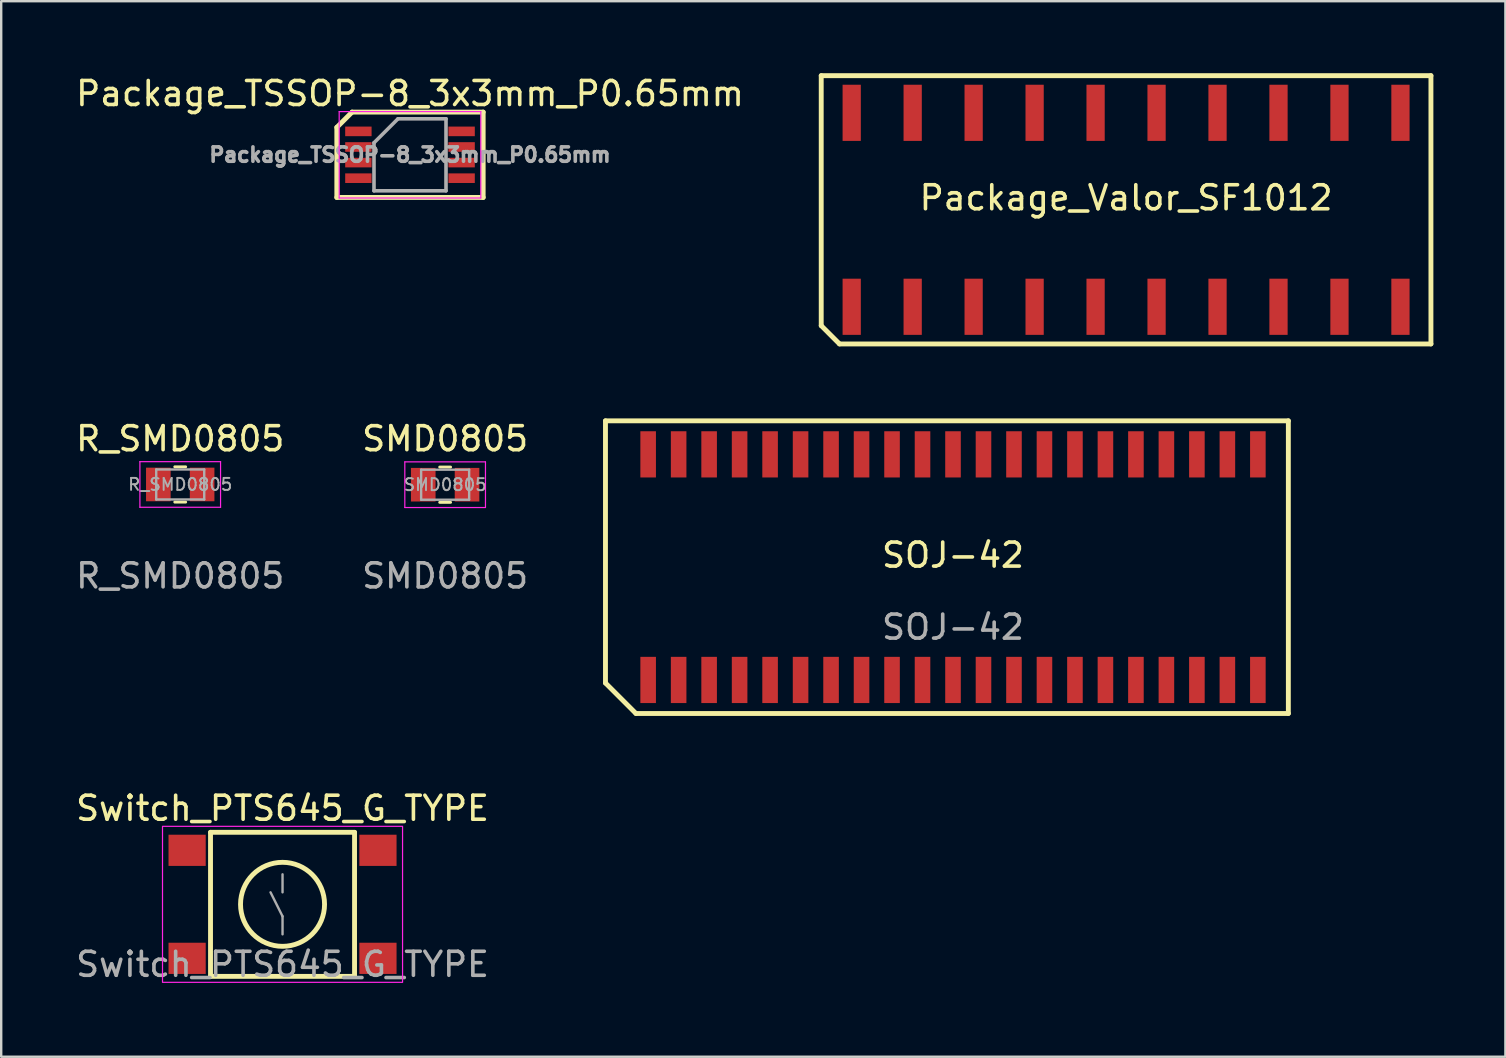
<source format=kicad_pcb>
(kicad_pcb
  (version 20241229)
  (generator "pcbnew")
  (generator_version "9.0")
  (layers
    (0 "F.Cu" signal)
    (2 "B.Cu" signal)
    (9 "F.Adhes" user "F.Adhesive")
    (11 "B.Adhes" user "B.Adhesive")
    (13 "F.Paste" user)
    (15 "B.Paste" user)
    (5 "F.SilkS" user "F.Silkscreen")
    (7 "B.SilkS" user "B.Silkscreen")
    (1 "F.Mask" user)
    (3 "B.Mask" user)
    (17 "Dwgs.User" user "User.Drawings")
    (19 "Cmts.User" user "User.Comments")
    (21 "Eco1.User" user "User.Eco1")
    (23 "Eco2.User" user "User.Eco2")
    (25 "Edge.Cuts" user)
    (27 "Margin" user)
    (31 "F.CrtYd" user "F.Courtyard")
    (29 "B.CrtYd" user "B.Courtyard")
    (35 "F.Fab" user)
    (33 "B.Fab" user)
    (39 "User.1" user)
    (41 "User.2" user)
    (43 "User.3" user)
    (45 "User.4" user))
  (footprint "Switch_PTS645_G_TYPE"
    (layer "F.Cu")
    (at 8.72 34.623)
    (property "Reference" "Switch_PTS645_G_TYPE" (at 0 -4 0) (unlocked yes) (layer "F.SilkS") (effects (font (size 1 1) (thickness 0.15))))
    (attr smd)
    (fp_line (start -3 -3) (end 3 -3) (stroke (width 0.203) (type solid)) (layer "F.SilkS"))
    (fp_line (start -3 3) (end -3 -3) (stroke (width 0.203) (type solid)) (layer "F.SilkS"))
    (fp_line (start 3 -3) (end 3 3) (stroke (width 0.203) (type solid)) (layer "F.SilkS"))
    (fp_line (start 3 3) (end -3 3) (stroke (width 0.203) (type solid)) (layer "F.SilkS"))
    (fp_circle (center 0 0) (end 1.75 0) (stroke (width 0.203) (type solid)) (fill no) (layer "F.SilkS"))
    (fp_rect (start -5 -3.25) (end 5 3.25) (stroke (width 0.05) (type solid)) (fill no) (layer "F.CrtYd"))
    (fp_line (start 0 -0.5) (end 0 -1.25) (stroke (width 0.1) (type solid)) (layer "F.Fab"))
    (fp_line (start 0 0.5) (end -0.5 -0.5) (stroke (width 0.1) (type solid)) (layer "F.Fab"))
    (fp_line (start 0 1.25) (end 0 0.5) (stroke (width 0.1) (type solid)) (layer "F.Fab"))
    (fp_text user "${REFERENCE}" (at 0 2.5 0) (unlocked yes) (layer "F.Fab") (effects (font (size 1 1) (thickness 0.15))))
    (pad "1" smd rect (at -3.975 -2.25) (size 1.55 1.3) (layers "F.Cu" "F.Mask" "F.Paste"))
    (pad "1" smd rect (at 3.975 -2.25) (size 1.55 1.3) (layers "F.Cu" "F.Mask" "F.Paste"))
    (pad "2" smd rect (at -3.975 2.25) (size 1.55 1.3) (layers "F.Cu" "F.Mask" "F.Paste"))
    (pad "2" smd rect (at 3.975 2.25) (size 1.55 1.3) (layers "F.Cu" "F.Mask" "F.Paste")))
  (footprint "SMD0805"
    (layer "F.Cu")
    (at 15.494 17.132)
    (property "Reference" "SMD0805" (at 0 -1.905 0) (unlocked yes) (layer "F.SilkS") (effects (font (size 1 1) (thickness 0.15))))
    (attr smd)
    (fp_line (start -0.227 -0.725) (end 0.227 -0.725) (stroke (width 0.12) (type solid)) (layer "F.SilkS"))
    (fp_line (start -0.227 0.745) (end 0.227 0.745) (stroke (width 0.12) (type solid)) (layer "F.SilkS"))
    (fp_line (start -1.68 -0.94) (end 1.68 -0.94) (stroke (width 0.05) (type solid)) (layer "F.CrtYd"))
    (fp_line (start -1.68 0.96) (end -1.68 -0.94) (stroke (width 0.05) (type solid)) (layer "F.CrtYd"))
    (fp_line (start 1.68 -0.94) (end 1.68 0.96) (stroke (width 0.05) (type solid)) (layer "F.CrtYd"))
    (fp_line (start 1.68 0.96) (end -1.68 0.96) (stroke (width 0.05) (type solid)) (layer "F.CrtYd"))
    (fp_line (start -1 -0.615) (end 1 -0.615) (stroke (width 0.1) (type solid)) (layer "F.Fab"))
    (fp_line (start -1 0.635) (end -1 -0.615) (stroke (width 0.1) (type solid)) (layer "F.Fab"))
    (fp_line (start 1 -0.615) (end 1 0.635) (stroke (width 0.1) (type solid)) (layer "F.Fab"))
    (fp_line (start 1 0.635) (end -1 0.635) (stroke (width 0.1) (type solid)) (layer "F.Fab"))
    (fp_text user "${REFERENCE}" (at 0 0.01 0) (layer "F.Fab") (effects (font (size 0.5 0.5) (thickness 0.08))))
    (fp_text user "${REFERENCE}" (at 0 3.81 0) (unlocked yes) (layer "F.Fab") (effects (font (size 1 1) (thickness 0.15))))
    (pad "1" smd rect (at -0.912 0.01) (size 1.025 1.4) (layers "F.Cu" "F.Mask" "F.Paste"))
    (pad "2" smd rect (at 0.912 0.01) (size 1.025 1.4) (layers "F.Cu" "F.Mask" "F.Paste")))
  (footprint "SOJ-42"
    (layer "F.Cu")
    (at 36.651 20.577)
    (property "Reference" "SOJ-42" (at 0 -0.5 0) (unlocked yes) (layer "F.SilkS") (effects (font (size 1 1) (thickness 0.15))))
    (attr smd)
    (fp_line (start -14.478 -6.096) (end -14.478 4.826) (stroke (width 0.203) (type solid)) (layer "F.SilkS"))
    (fp_line (start -14.478 4.826) (end -13.208 6.096) (stroke (width 0.203) (type solid)) (layer "F.SilkS"))
    (fp_line (start -13.208 6.096) (end 13.97 6.096) (stroke (width 0.203) (type solid)) (layer "F.SilkS"))
    (fp_line (start 13.97 -6.096) (end -14.478 -6.096) (stroke (width 0.203) (type solid)) (layer "F.SilkS"))
    (fp_line (start 13.97 6.096) (end 13.97 -6.096) (stroke (width 0.203) (type solid)) (layer "F.SilkS"))
    (fp_text user "${REFERENCE}" (at 0 2.5 0) (unlocked yes) (layer "F.Fab") (effects (font (size 1 1) (thickness 0.15))))
    (pad "1" smd rect (at -12.7 4.699) (size 0.649 1.925) (layers "F.Cu" "F.Mask" "F.Paste"))
    (pad "2" smd rect (at -11.43 4.699) (size 0.649 1.925) (layers "F.Cu" "F.Mask" "F.Paste"))
    (pad "3" smd rect (at -10.16 4.699) (size 0.649 1.925) (layers "F.Cu" "F.Mask" "F.Paste"))
    (pad "4" smd rect (at -8.89 4.699) (size 0.649 1.925) (layers "F.Cu" "F.Mask" "F.Paste"))
    (pad "5" smd rect (at -7.62 4.699) (size 0.649 1.925) (layers "F.Cu" "F.Mask" "F.Paste"))
    (pad "6" smd rect (at -6.35 4.699) (size 0.649 1.925) (layers "F.Cu" "F.Mask" "F.Paste"))
    (pad "7" smd rect (at -5.08 4.699) (size 0.649 1.925) (layers "F.Cu" "F.Mask" "F.Paste"))
    (pad "8" smd rect (at -3.81 4.699) (size 0.649 1.925) (layers "F.Cu" "F.Mask" "F.Paste"))
    (pad "9" smd rect (at -2.54 4.699) (size 0.649 1.925) (layers "F.Cu" "F.Mask" "F.Paste"))
    (pad "10" smd rect (at -1.27 4.699) (size 0.649 1.925) (layers "F.Cu" "F.Mask" "F.Paste"))
    (pad "11" smd rect (at 0 4.699) (size 0.649 1.925) (layers "F.Cu" "F.Mask" "F.Paste"))
    (pad "12" smd rect (at 1.27 4.699) (size 0.649 1.925) (layers "F.Cu" "F.Mask" "F.Paste"))
    (pad "13" smd rect (at 2.54 4.699) (size 0.649 1.925) (layers "F.Cu" "F.Mask" "F.Paste"))
    (pad "14" smd rect (at 3.81 4.699) (size 0.649 1.925) (layers "F.Cu" "F.Mask" "F.Paste"))
    (pad "15" smd rect (at 5.08 4.699) (size 0.649 1.925) (layers "F.Cu" "F.Mask" "F.Paste"))
    (pad "16" smd rect (at 6.35 4.699) (size 0.649 1.925) (layers "F.Cu" "F.Mask" "F.Paste"))
    (pad "17" smd rect (at 7.62 4.699) (size 0.649 1.925) (layers "F.Cu" "F.Mask" "F.Paste"))
    (pad "18" smd rect (at 8.89 4.699) (size 0.649 1.925) (layers "F.Cu" "F.Mask" "F.Paste"))
    (pad "19" smd rect (at 10.16 4.699) (size 0.649 1.925) (layers "F.Cu" "F.Mask" "F.Paste"))
    (pad "20" smd rect (at 11.43 4.699) (size 0.649 1.925) (layers "F.Cu" "F.Mask" "F.Paste"))
    (pad "21" smd rect (at 12.7 4.699) (size 0.649 1.925) (layers "F.Cu" "F.Mask" "F.Paste"))
    (pad "22" smd rect (at 12.7 -4.699) (size 0.649 1.925) (layers "F.Cu" "F.Mask" "F.Paste"))
    (pad "23" smd rect (at 11.43 -4.699) (size 0.649 1.925) (layers "F.Cu" "F.Mask" "F.Paste"))
    (pad "24" smd rect (at 10.16 -4.699) (size 0.649 1.925) (layers "F.Cu" "F.Mask" "F.Paste"))
    (pad "25" smd rect (at 8.89 -4.699) (size 0.649 1.925) (layers "F.Cu" "F.Mask" "F.Paste"))
    (pad "26" smd rect (at 7.62 -4.699) (size 0.649 1.925) (layers "F.Cu" "F.Mask" "F.Paste"))
    (pad "27" smd rect (at 6.35 -4.699) (size 0.649 1.925) (layers "F.Cu" "F.Mask" "F.Paste"))
    (pad "28" smd rect (at 5.08 -4.699) (size 0.649 1.925) (layers "F.Cu" "F.Mask" "F.Paste"))
    (pad "29" smd rect (at 3.81 -4.699) (size 0.649 1.925) (layers "F.Cu" "F.Mask" "F.Paste"))
    (pad "30" smd rect (at 2.54 -4.699) (size 0.649 1.925) (layers "F.Cu" "F.Mask" "F.Paste"))
    (pad "31" smd rect (at 1.27 -4.699) (size 0.649 1.925) (layers "F.Cu" "F.Mask" "F.Paste"))
    (pad "32" smd rect (at 0 -4.699) (size 0.649 1.925) (layers "F.Cu" "F.Mask" "F.Paste"))
    (pad "33" smd rect (at -1.27 -4.699) (size 0.649 1.925) (layers "F.Cu" "F.Mask" "F.Paste"))
    (pad "34" smd rect (at -2.54 -4.699) (size 0.649 1.925) (layers "F.Cu" "F.Mask" "F.Paste"))
    (pad "35" smd rect (at -3.81 -4.699) (size 0.649 1.925) (layers "F.Cu" "F.Mask" "F.Paste"))
    (pad "36" smd rect (at -5.08 -4.699) (size 0.649 1.925) (layers "F.Cu" "F.Mask" "F.Paste"))
    (pad "37" smd rect (at -6.35 -4.699) (size 0.649 1.925) (layers "F.Cu" "F.Mask" "F.Paste"))
    (pad "38" smd rect (at -7.62 -4.699) (size 0.649 1.925) (layers "F.Cu" "F.Mask" "F.Paste"))
    (pad "39" smd rect (at -8.89 -4.699) (size 0.649 1.925) (layers "F.Cu" "F.Mask" "F.Paste"))
    (pad "40" smd rect (at -10.16 -4.699) (size 0.649 1.925) (layers "F.Cu" "F.Mask" "F.Paste"))
    (pad "41" smd rect (at -11.43 -4.699) (size 0.649 1.925) (layers "F.Cu" "F.Mask" "F.Paste"))
    (pad "42" smd rect (at -12.7 -4.699) (size 0.649 1.925) (layers "F.Cu" "F.Mask" "F.Paste")))
  (footprint "Package_Valor_SF1012"
    (layer "F.Cu")
    (at 43.861 5.69)
    (property "Reference" "Package_Valor_SF1012" (at 0 -0.5 0) (unlocked yes) (layer "F.SilkS") (effects (font (size 1 1) (thickness 0.15))))
    (attr smd)
    (fp_line (start -12.7 -5.588) (end 12.7 -5.588) (stroke (width 0.203) (type solid)) (layer "F.SilkS"))
    (fp_line (start -12.7 4.826) (end -12.7 -5.588) (stroke (width 0.203) (type solid)) (layer "F.SilkS"))
    (fp_line (start -11.938 5.588) (end -12.7 4.826) (stroke (width 0.203) (type solid)) (layer "F.SilkS"))
    (fp_line (start 12.7 -5.588) (end 12.7 5.588) (stroke (width 0.203) (type solid)) (layer "F.SilkS"))
    (fp_line (start 12.7 5.588) (end -11.938 5.588) (stroke (width 0.203) (type solid)) (layer "F.SilkS"))
    (pad "1" smd rect (at -11.43 4.04 180) (size 0.76 2.34) (layers "F.Cu" "F.Mask" "F.Paste"))
    (pad "2" smd rect (at -8.89 4.04 180) (size 0.76 2.34) (layers "F.Cu" "F.Mask" "F.Paste"))
    (pad "3" smd rect (at -6.35 4.04 180) (size 0.76 2.34) (layers "F.Cu" "F.Mask" "F.Paste"))
    (pad "4" smd rect (at -3.81 4.04 180) (size 0.76 2.34) (layers "F.Cu" "F.Mask" "F.Paste"))
    (pad "5" smd rect (at -1.27 4.04 180) (size 0.76 2.34) (layers "F.Cu" "F.Mask" "F.Paste"))
    (pad "6" smd rect (at 1.27 4.04 180) (size 0.76 2.34) (layers "F.Cu" "F.Mask" "F.Paste"))
    (pad "7" smd rect (at 3.81 4.04 180) (size 0.76 2.34) (layers "F.Cu" "F.Mask" "F.Paste"))
    (pad "8" smd rect (at 6.35 4.04 180) (size 0.76 2.34) (layers "F.Cu" "F.Mask" "F.Paste"))
    (pad "9" smd rect (at 8.89 4.04 180) (size 0.76 2.34) (layers "F.Cu" "F.Mask" "F.Paste"))
    (pad "10" smd rect (at 11.43 4.04 180) (size 0.76 2.34) (layers "F.Cu" "F.Mask" "F.Paste"))
    (pad "11" smd rect (at 11.43 -4.04 180) (size 0.76 2.34) (layers "F.Cu" "F.Mask" "F.Paste"))
    (pad "12" smd rect (at 8.89 -4.04 180) (size 0.76 2.34) (layers "F.Cu" "F.Mask" "F.Paste"))
    (pad "13" smd rect (at 6.35 -4.04 180) (size 0.76 2.34) (layers "F.Cu" "F.Mask" "F.Paste"))
    (pad "14" smd rect (at 3.81 -4.04 180) (size 0.76 2.34) (layers "F.Cu" "F.Mask" "F.Paste"))
    (pad "15" smd rect (at 1.27 -4.04 180) (size 0.76 2.34) (layers "F.Cu" "F.Mask" "F.Paste"))
    (pad "16" smd rect (at -1.27 -4.04 180) (size 0.76 2.34) (layers "F.Cu" "F.Mask" "F.Paste"))
    (pad "17" smd rect (at -3.81 -4.04 180) (size 0.76 2.34) (layers "F.Cu" "F.Mask" "F.Paste"))
    (pad "18" smd rect (at -6.35 -4.04 180) (size 0.76 2.34) (layers "F.Cu" "F.Mask" "F.Paste"))
    (pad "19" smd rect (at -8.89 -4.04 180) (size 0.76 2.34) (layers "F.Cu" "F.Mask" "F.Paste"))
    (pad "20" smd rect (at -11.43 -4.04 180) (size 0.76 2.34) (layers "F.Cu" "F.Mask" "F.Paste")))
  (footprint "Package_TSSOP-8_3x3mm_P0.65mm"
    (layer "F.Cu")
    (at 14.03 3.398)
    (property "Reference" "Package_TSSOP-8_3x3mm_P0.65mm" (at 0 -2.55 0) (layer "F.SilkS") (effects (font (size 1 1) (thickness 0.15))))
    (attr smd)
    (fp_line (start -3.048 -1.143) (end -2.413 -1.778) (stroke (width 0.203) (type solid)) (layer "F.SilkS"))
    (fp_line (start -3.048 1.778) (end -3.048 -1.143) (stroke (width 0.203) (type solid)) (layer "F.SilkS"))
    (fp_line (start -2.413 -1.778) (end 3.048 -1.778) (stroke (width 0.203) (type solid)) (layer "F.SilkS"))
    (fp_line (start 3.048 -1.778) (end 3.048 1.778) (stroke (width 0.203) (type solid)) (layer "F.SilkS"))
    (fp_line (start 3.048 1.778) (end -3.048 1.778) (stroke (width 0.203) (type solid)) (layer "F.SilkS"))
    (fp_line (start -2.95 -1.8) (end -2.95 1.8) (stroke (width 0.05) (type solid)) (layer "F.CrtYd"))
    (fp_line (start -2.95 -1.8) (end 2.95 -1.8) (stroke (width 0.05) (type solid)) (layer "F.CrtYd"))
    (fp_line (start -2.95 1.8) (end 2.95 1.8) (stroke (width 0.05) (type solid)) (layer "F.CrtYd"))
    (fp_line (start 2.95 -1.8) (end 2.95 1.8) (stroke (width 0.05) (type solid)) (layer "F.CrtYd"))
    (fp_line (start -1.5 -0.5) (end -0.5 -1.5) (stroke (width 0.15) (type solid)) (layer "F.Fab"))
    (fp_line (start -1.5 1.5) (end -1.5 -0.5) (stroke (width 0.15) (type solid)) (layer "F.Fab"))
    (fp_line (start -0.5 -1.5) (end 1.5 -1.5) (stroke (width 0.15) (type solid)) (layer "F.Fab"))
    (fp_line (start 1.5 -1.5) (end 1.5 1.5) (stroke (width 0.15) (type solid)) (layer "F.Fab"))
    (fp_line (start 1.5 1.5) (end -1.5 1.5) (stroke (width 0.15) (type solid)) (layer "F.Fab"))
    (fp_text user "${REFERENCE}" (at 0 0 0) (layer "F.Fab") (effects (font (size 0.6 0.6) (thickness 0.15))))
    (pad "1" smd rect (at -2.15 -0.975) (size 1.1 0.4) (layers "F.Cu" "F.Mask" "F.Paste"))
    (pad "2" smd rect (at -2.15 -0.325) (size 1.1 0.4) (layers "F.Cu" "F.Mask" "F.Paste"))
    (pad "3" smd rect (at -2.15 0.325) (size 1.1 0.4) (layers "F.Cu" "F.Mask" "F.Paste"))
    (pad "4" smd rect (at -2.15 0.975) (size 1.1 0.4) (layers "F.Cu" "F.Mask" "F.Paste"))
    (pad "5" smd rect (at 2.15 0.975) (size 1.1 0.4) (layers "F.Cu" "F.Mask" "F.Paste"))
    (pad "6" smd rect (at 2.15 0.325) (size 1.1 0.4) (layers "F.Cu" "F.Mask" "F.Paste"))
    (pad "7" smd rect (at 2.15 -0.325) (size 1.1 0.4) (layers "F.Cu" "F.Mask" "F.Paste"))
    (pad "8" smd rect (at 2.15 -0.975) (size 1.1 0.4) (layers "F.Cu" "F.Mask" "F.Paste")))
  (footprint "R_SMD0805"
    (layer "F.Cu")
    (at 4.458 17.132)
    (property "Reference" "R_SMD0805" (at 0 -1.905 0) (unlocked yes) (layer "F.SilkS") (effects (font (size 1 1) (thickness 0.15))))
    (attr smd)
    (fp_line (start -0.227 -0.735) (end 0.227 -0.735) (stroke (width 0.12) (type solid)) (layer "F.SilkS"))
    (fp_line (start -0.227 0.735) (end 0.227 0.735) (stroke (width 0.12) (type solid)) (layer "F.SilkS"))
    (fp_line (start -1.68 -0.95) (end 1.68 -0.95) (stroke (width 0.05) (type solid)) (layer "F.CrtYd"))
    (fp_line (start -1.68 0.95) (end -1.68 -0.95) (stroke (width 0.05) (type solid)) (layer "F.CrtYd"))
    (fp_line (start 1.68 -0.95) (end 1.68 0.95) (stroke (width 0.05) (type solid)) (layer "F.CrtYd"))
    (fp_line (start 1.68 0.95) (end -1.68 0.95) (stroke (width 0.05) (type solid)) (layer "F.CrtYd"))
    (fp_line (start -1 -0.625) (end 1 -0.625) (stroke (width 0.1) (type solid)) (layer "F.Fab"))
    (fp_line (start -1 0.625) (end -1 -0.625) (stroke (width 0.1) (type solid)) (layer "F.Fab"))
    (fp_line (start 1 -0.625) (end 1 0.625) (stroke (width 0.1) (type solid)) (layer "F.Fab"))
    (fp_line (start 1 0.625) (end -1 0.625) (stroke (width 0.1) (type solid)) (layer "F.Fab"))
    (fp_text user "${REFERENCE}" (at 0 3.81 0) (unlocked yes) (layer "F.Fab") (effects (font (size 1 1) (thickness 0.15))))
    (fp_text user "${REFERENCE}" (at 0 0 0) (layer "F.Fab") (effects (font (size 0.5 0.5) (thickness 0.08))))
    (pad "1" smd rect (at -0.912 0) (size 1.025 1.4) (layers "F.Cu" "F.Mask" "F.Paste"))
    (pad "2" smd rect (at 0.912 0) (size 1.025 1.4) (layers "F.Cu" "F.Mask" "F.Paste")))
  (gr_rect
    (start -3 -3)
    (end 59.663 40.971)
    (stroke (width 0.1) (type default))
    (fill no)
    (layer "Edge.Cuts")))
</source>
